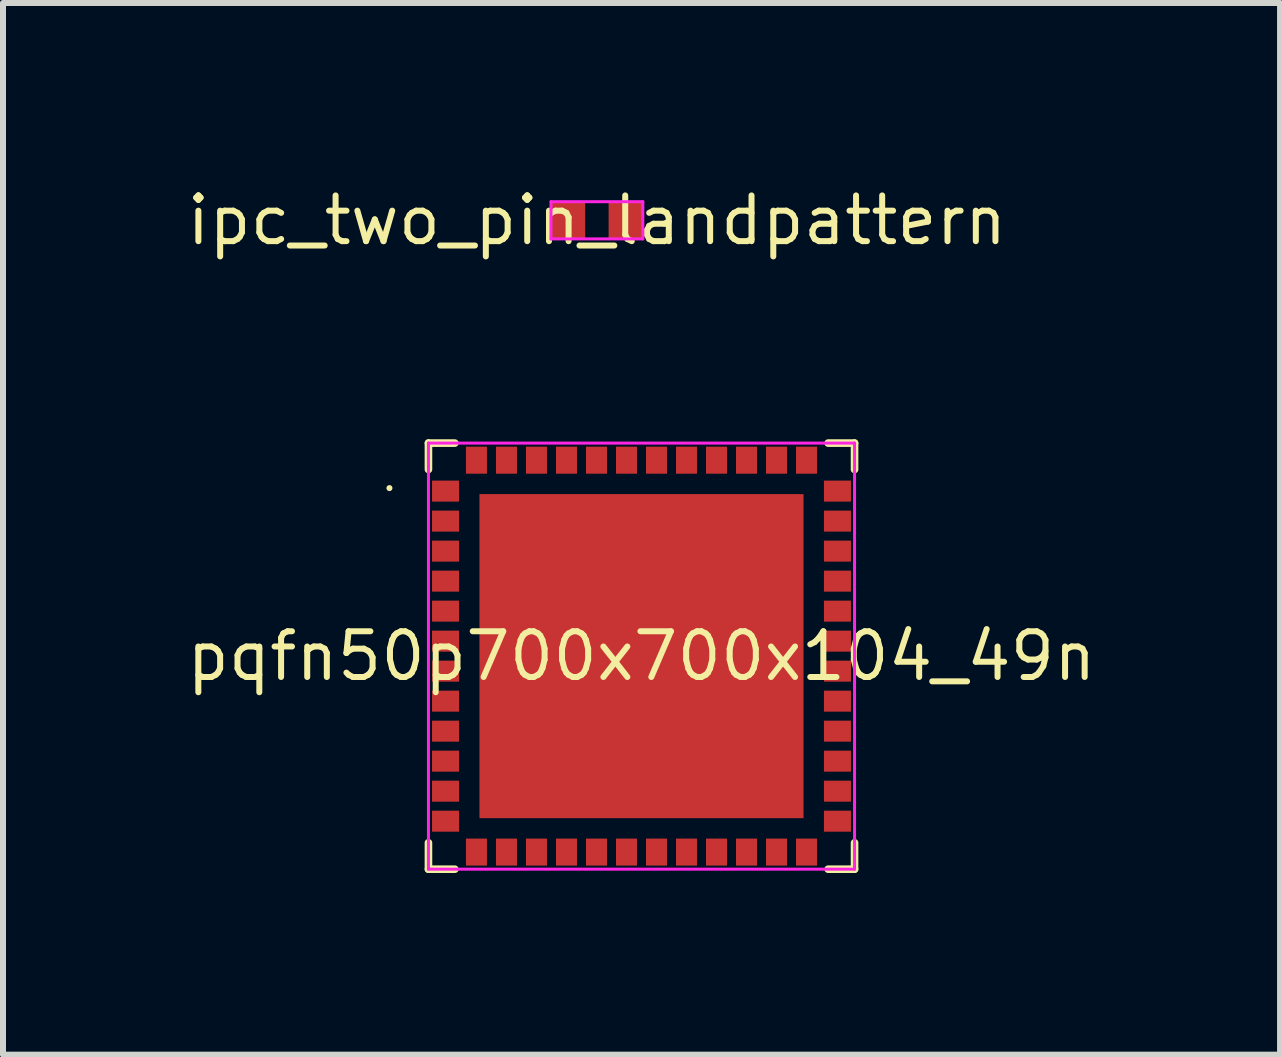
<source format=kicad_pcb>
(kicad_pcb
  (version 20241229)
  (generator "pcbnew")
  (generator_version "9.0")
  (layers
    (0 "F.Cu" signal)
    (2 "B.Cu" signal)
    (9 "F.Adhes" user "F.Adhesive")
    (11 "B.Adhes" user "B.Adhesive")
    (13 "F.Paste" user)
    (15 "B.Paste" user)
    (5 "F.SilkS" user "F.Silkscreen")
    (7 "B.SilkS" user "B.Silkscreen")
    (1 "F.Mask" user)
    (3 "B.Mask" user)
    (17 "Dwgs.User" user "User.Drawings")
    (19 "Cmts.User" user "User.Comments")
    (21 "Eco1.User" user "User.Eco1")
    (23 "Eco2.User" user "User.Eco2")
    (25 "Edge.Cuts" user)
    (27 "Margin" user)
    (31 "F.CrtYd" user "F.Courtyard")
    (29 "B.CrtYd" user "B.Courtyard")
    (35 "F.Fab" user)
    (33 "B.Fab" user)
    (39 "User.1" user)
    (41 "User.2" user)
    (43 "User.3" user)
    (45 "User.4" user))
  (footprint "pqfn50p700x700x104_49n"
    (layer "F.Cu")
    (at 7.639 7.883)
    (property "Reference" "pqfn50p700x700x104_49n" (at 0 0 0) (layer "F.SilkS") (effects (font (size 0.762 0.762) (thickness 0.1))))
    (attr through_hole)
    (fp_poly (pts (xy -3.64 -2.425) (xy -2.89 -2.425) (xy -2.89 -3.075) (xy -3.64 -3.075)) (stroke (width 0) (type solid)) (fill yes) (layer "F.Mask"))
    (fp_poly (pts (xy -3.64 -1.925) (xy -2.89 -1.925) (xy -2.89 -2.575) (xy -3.64 -2.575)) (stroke (width 0) (type solid)) (fill yes) (layer "F.Mask"))
    (fp_poly (pts (xy -3.64 -1.425) (xy -2.89 -1.425) (xy -2.89 -2.075) (xy -3.64 -2.075)) (stroke (width 0) (type solid)) (fill yes) (layer "F.Mask"))
    (fp_poly (pts (xy -3.64 -0.925) (xy -2.89 -0.925) (xy -2.89 -1.575) (xy -3.64 -1.575)) (stroke (width 0) (type solid)) (fill yes) (layer "F.Mask"))
    (fp_poly (pts (xy -3.64 -0.425) (xy -2.89 -0.425) (xy -2.89 -1.075) (xy -3.64 -1.075)) (stroke (width 0) (type solid)) (fill yes) (layer "F.Mask"))
    (fp_poly (pts (xy -3.64 0.075) (xy -2.89 0.075) (xy -2.89 -0.575) (xy -3.64 -0.575)) (stroke (width 0) (type solid)) (fill yes) (layer "F.Mask"))
    (fp_poly (pts (xy -3.64 0.575) (xy -2.89 0.575) (xy -2.89 -0.075) (xy -3.64 -0.075)) (stroke (width 0) (type solid)) (fill yes) (layer "F.Mask"))
    (fp_poly (pts (xy -3.64 1.075) (xy -2.89 1.075) (xy -2.89 0.425) (xy -3.64 0.425)) (stroke (width 0) (type solid)) (fill yes) (layer "F.Mask"))
    (fp_poly (pts (xy -3.64 1.575) (xy -2.89 1.575) (xy -2.89 0.925) (xy -3.64 0.925)) (stroke (width 0) (type solid)) (fill yes) (layer "F.Mask"))
    (fp_poly (pts (xy -3.64 2.075) (xy -2.89 2.075) (xy -2.89 1.425) (xy -3.64 1.425)) (stroke (width 0) (type solid)) (fill yes) (layer "F.Mask"))
    (fp_poly (pts (xy -3.64 2.575) (xy -2.89 2.575) (xy -2.89 1.925) (xy -3.64 1.925)) (stroke (width 0) (type solid)) (fill yes) (layer "F.Mask"))
    (fp_poly (pts (xy -3.64 3.075) (xy -2.89 3.075) (xy -2.89 2.425) (xy -3.64 2.425)) (stroke (width 0) (type solid)) (fill yes) (layer "F.Mask"))
    (fp_poly (pts (xy -3.075 -2.89) (xy -2.425 -2.89) (xy -2.425 -3.64) (xy -3.075 -3.64)) (stroke (width 0) (type solid)) (fill yes) (layer "F.Mask"))
    (fp_poly (pts (xy -3.075 3.64) (xy -2.425 3.64) (xy -2.425 2.89) (xy -3.075 2.89)) (stroke (width 0) (type solid)) (fill yes) (layer "F.Mask"))
    (fp_poly (pts (xy -2.85 2.85) (xy 2.85 2.85) (xy 2.85 -2.85) (xy -2.85 -2.85)) (stroke (width 0) (type solid)) (fill yes) (layer "F.Mask"))
    (fp_poly (pts (xy -2.575 -2.89) (xy -1.925 -2.89) (xy -1.925 -3.64) (xy -2.575 -3.64)) (stroke (width 0) (type solid)) (fill yes) (layer "F.Mask"))
    (fp_poly (pts (xy -2.575 3.64) (xy -1.925 3.64) (xy -1.925 2.89) (xy -2.575 2.89)) (stroke (width 0) (type solid)) (fill yes) (layer "F.Mask"))
    (fp_poly (pts (xy -2.075 -2.89) (xy -1.425 -2.89) (xy -1.425 -3.64) (xy -2.075 -3.64)) (stroke (width 0) (type solid)) (fill yes) (layer "F.Mask"))
    (fp_poly (pts (xy -2.075 3.64) (xy -1.425 3.64) (xy -1.425 2.89) (xy -2.075 2.89)) (stroke (width 0) (type solid)) (fill yes) (layer "F.Mask"))
    (fp_poly (pts (xy -1.575 -2.89) (xy -0.925 -2.89) (xy -0.925 -3.64) (xy -1.575 -3.64)) (stroke (width 0) (type solid)) (fill yes) (layer "F.Mask"))
    (fp_poly (pts (xy -1.575 3.64) (xy -0.925 3.64) (xy -0.925 2.89) (xy -1.575 2.89)) (stroke (width 0) (type solid)) (fill yes) (layer "F.Mask"))
    (fp_poly (pts (xy -1.075 -2.89) (xy -0.425 -2.89) (xy -0.425 -3.64) (xy -1.075 -3.64)) (stroke (width 0) (type solid)) (fill yes) (layer "F.Mask"))
    (fp_poly (pts (xy -1.075 3.64) (xy -0.425 3.64) (xy -0.425 2.89) (xy -1.075 2.89)) (stroke (width 0) (type solid)) (fill yes) (layer "F.Mask"))
    (fp_poly (pts (xy -0.575 -2.89) (xy 0.075 -2.89) (xy 0.075 -3.64) (xy -0.575 -3.64)) (stroke (width 0) (type solid)) (fill yes) (layer "F.Mask"))
    (fp_poly (pts (xy -0.575 3.64) (xy 0.075 3.64) (xy 0.075 2.89) (xy -0.575 2.89)) (stroke (width 0) (type solid)) (fill yes) (layer "F.Mask"))
    (fp_poly (pts (xy -0.075 -2.89) (xy 0.575 -2.89) (xy 0.575 -3.64) (xy -0.075 -3.64)) (stroke (width 0) (type solid)) (fill yes) (layer "F.Mask"))
    (fp_poly (pts (xy -0.075 3.64) (xy 0.575 3.64) (xy 0.575 2.89) (xy -0.075 2.89)) (stroke (width 0) (type solid)) (fill yes) (layer "F.Mask"))
    (fp_poly (pts (xy 0.425 -2.89) (xy 1.075 -2.89) (xy 1.075 -3.64) (xy 0.425 -3.64)) (stroke (width 0) (type solid)) (fill yes) (layer "F.Mask"))
    (fp_poly (pts (xy 0.425 3.64) (xy 1.075 3.64) (xy 1.075 2.89) (xy 0.425 2.89)) (stroke (width 0) (type solid)) (fill yes) (layer "F.Mask"))
    (fp_poly (pts (xy 0.925 -2.89) (xy 1.575 -2.89) (xy 1.575 -3.64) (xy 0.925 -3.64)) (stroke (width 0) (type solid)) (fill yes) (layer "F.Mask"))
    (fp_poly (pts (xy 0.925 3.64) (xy 1.575 3.64) (xy 1.575 2.89) (xy 0.925 2.89)) (stroke (width 0) (type solid)) (fill yes) (layer "F.Mask"))
    (fp_poly (pts (xy 1.425 -2.89) (xy 2.075 -2.89) (xy 2.075 -3.64) (xy 1.425 -3.64)) (stroke (width 0) (type solid)) (fill yes) (layer "F.Mask"))
    (fp_poly (pts (xy 1.425 3.64) (xy 2.075 3.64) (xy 2.075 2.89) (xy 1.425 2.89)) (stroke (width 0) (type solid)) (fill yes) (layer "F.Mask"))
    (fp_poly (pts (xy 1.925 -2.89) (xy 2.575 -2.89) (xy 2.575 -3.64) (xy 1.925 -3.64)) (stroke (width 0) (type solid)) (fill yes) (layer "F.Mask"))
    (fp_poly (pts (xy 1.925 3.64) (xy 2.575 3.64) (xy 2.575 2.89) (xy 1.925 2.89)) (stroke (width 0) (type solid)) (fill yes) (layer "F.Mask"))
    (fp_poly (pts (xy 2.425 -2.89) (xy 3.075 -2.89) (xy 3.075 -3.64) (xy 2.425 -3.64)) (stroke (width 0) (type solid)) (fill yes) (layer "F.Mask"))
    (fp_poly (pts (xy 2.425 3.64) (xy 3.075 3.64) (xy 3.075 2.89) (xy 2.425 2.89)) (stroke (width 0) (type solid)) (fill yes) (layer "F.Mask"))
    (fp_poly (pts (xy 2.89 -2.425) (xy 3.64 -2.425) (xy 3.64 -3.075) (xy 2.89 -3.075)) (stroke (width 0) (type solid)) (fill yes) (layer "F.Mask"))
    (fp_poly (pts (xy 2.89 -1.925) (xy 3.64 -1.925) (xy 3.64 -2.575) (xy 2.89 -2.575)) (stroke (width 0) (type solid)) (fill yes) (layer "F.Mask"))
    (fp_poly (pts (xy 2.89 -1.425) (xy 3.64 -1.425) (xy 3.64 -2.075) (xy 2.89 -2.075)) (stroke (width 0) (type solid)) (fill yes) (layer "F.Mask"))
    (fp_poly (pts (xy 2.89 -0.925) (xy 3.64 -0.925) (xy 3.64 -1.575) (xy 2.89 -1.575)) (stroke (width 0) (type solid)) (fill yes) (layer "F.Mask"))
    (fp_poly (pts (xy 2.89 -0.425) (xy 3.64 -0.425) (xy 3.64 -1.075) (xy 2.89 -1.075)) (stroke (width 0) (type solid)) (fill yes) (layer "F.Mask"))
    (fp_poly (pts (xy 2.89 0.075) (xy 3.64 0.075) (xy 3.64 -0.575) (xy 2.89 -0.575)) (stroke (width 0) (type solid)) (fill yes) (layer "F.Mask"))
    (fp_poly (pts (xy 2.89 0.575) (xy 3.64 0.575) (xy 3.64 -0.075) (xy 2.89 -0.075)) (stroke (width 0) (type solid)) (fill yes) (layer "F.Mask"))
    (fp_poly (pts (xy 2.89 1.075) (xy 3.64 1.075) (xy 3.64 0.425) (xy 2.89 0.425)) (stroke (width 0) (type solid)) (fill yes) (layer "F.Mask"))
    (fp_poly (pts (xy 2.89 1.575) (xy 3.64 1.575) (xy 3.64 0.925) (xy 2.89 0.925)) (stroke (width 0) (type solid)) (fill yes) (layer "F.Mask"))
    (fp_poly (pts (xy 2.89 2.075) (xy 3.64 2.075) (xy 3.64 1.425) (xy 2.89 1.425)) (stroke (width 0) (type solid)) (fill yes) (layer "F.Mask"))
    (fp_poly (pts (xy 2.89 2.575) (xy 3.64 2.575) (xy 3.64 1.925) (xy 2.89 1.925)) (stroke (width 0) (type solid)) (fill yes) (layer "F.Mask"))
    (fp_poly (pts (xy 2.89 3.075) (xy 3.64 3.075) (xy 3.64 2.425) (xy 2.89 2.425)) (stroke (width 0) (type solid)) (fill yes) (layer "F.Mask"))
    (fp_line (start -3.55 -3.55) (end -3.11 -3.55) (stroke (width 0.127) (type solid)) (layer "F.SilkS"))
    (fp_line (start -3.55 -3.11) (end -3.55 -3.55) (stroke (width 0.127) (type solid)) (layer "F.SilkS"))
    (fp_line (start -3.55 3.11) (end -3.55 3.55) (stroke (width 0.127) (type solid)) (layer "F.SilkS"))
    (fp_line (start -3.55 3.55) (end -3.11 3.55) (stroke (width 0.127) (type solid)) (layer "F.SilkS"))
    (fp_line (start 3.55 -3.55) (end 3.11 -3.55) (stroke (width 0.127) (type solid)) (layer "F.SilkS"))
    (fp_line (start 3.55 -3.11) (end 3.55 -3.55) (stroke (width 0.127) (type solid)) (layer "F.SilkS"))
    (fp_line (start 3.55 3.11) (end 3.55 3.55) (stroke (width 0.127) (type solid)) (layer "F.SilkS"))
    (fp_line (start 3.55 3.55) (end 3.11 3.55) (stroke (width 0.127) (type solid)) (layer "F.SilkS"))
    (fp_poly (pts (xy -4.15 -2.8) (xy -4.151 -2.81) (xy -4.154 -2.819) (xy -4.158 -2.828) (xy -4.165 -2.835) (xy -4.172 -2.842) (xy -4.181 -2.846) (xy -4.19 -2.849) (xy -4.2 -2.85) (xy -4.21 -2.849) (xy -4.219 -2.846) (xy -4.228 -2.842) (xy -4.235 -2.835) (xy -4.242 -2.828) (xy -4.246 -2.819) (xy -4.249 -2.81) (xy -4.25 -2.8) (xy -4.249 -2.79) (xy -4.246 -2.781) (xy -4.242 -2.772) (xy -4.235 -2.765) (xy -4.228 -2.758) (xy -4.219 -2.754) (xy -4.21 -2.751) (xy -4.2 -2.75) (xy -4.19 -2.751) (xy -4.181 -2.754) (xy -4.172 -2.758) (xy -4.165 -2.765) (xy -4.158 -2.772) (xy -4.154 -2.781) (xy -4.151 -2.79)) (stroke (width 0) (type solid)) (fill yes) (layer "F.SilkS"))
    (fp_line (start -3.55 -3.55) (end -3.55 3.55) (stroke (width 0.05) (type solid)) (layer "F.CrtYd"))
    (fp_line (start -3.55 3.55) (end 3.55 3.55) (stroke (width 0.05) (type solid)) (layer "F.CrtYd"))
    (fp_line (start 3.55 -3.55) (end -3.55 -3.55) (stroke (width 0.05) (type solid)) (layer "F.CrtYd"))
    (fp_line (start 3.55 3.55) (end 3.55 -3.55) (stroke (width 0.05) (type solid)) (layer "F.CrtYd"))
    (pad "1" smd rect (at -3.265 -2.75) (size 0.45 0.35) (layers "F.Cu" "F.Paste"))
    (pad "2" smd rect (at -3.265 -2.25) (size 0.45 0.35) (layers "F.Cu" "F.Paste"))
    (pad "3" smd rect (at -3.265 -1.75) (size 0.45 0.35) (layers "F.Cu" "F.Paste"))
    (pad "4" smd rect (at -3.265 -1.25) (size 0.45 0.35) (layers "F.Cu" "F.Paste"))
    (pad "5" smd rect (at -3.265 -0.75) (size 0.45 0.35) (layers "F.Cu" "F.Paste"))
    (pad "6" smd rect (at -3.265 -0.25) (size 0.45 0.35) (layers "F.Cu" "F.Paste"))
    (pad "7" smd rect (at -3.265 0.25) (size 0.45 0.35) (layers "F.Cu" "F.Paste"))
    (pad "8" smd rect (at -3.265 0.75) (size 0.45 0.35) (layers "F.Cu" "F.Paste"))
    (pad "9" smd rect (at -3.265 1.25) (size 0.45 0.35) (layers "F.Cu" "F.Paste"))
    (pad "10" smd rect (at -3.265 1.75) (size 0.45 0.35) (layers "F.Cu" "F.Paste"))
    (pad "11" smd rect (at -3.265 2.25) (size 0.45 0.35) (layers "F.Cu" "F.Paste"))
    (pad "12" smd rect (at -3.265 2.75) (size 0.45 0.35) (layers "F.Cu" "F.Paste"))
    (pad "13" smd rect (at -2.75 3.265) (size 0.35 0.45) (layers "F.Cu" "F.Paste"))
    (pad "14" smd rect (at -2.25 3.265) (size 0.35 0.45) (layers "F.Cu" "F.Paste"))
    (pad "15" smd rect (at -1.75 3.265) (size 0.35 0.45) (layers "F.Cu" "F.Paste"))
    (pad "16" smd rect (at -1.25 3.265) (size 0.35 0.45) (layers "F.Cu" "F.Paste"))
    (pad "17" smd rect (at -0.75 3.265) (size 0.35 0.45) (layers "F.Cu" "F.Paste"))
    (pad "18" smd rect (at -0.25 3.265) (size 0.35 0.45) (layers "F.Cu" "F.Paste"))
    (pad "19" smd rect (at 0.25 3.265) (size 0.35 0.45) (layers "F.Cu" "F.Paste"))
    (pad "20" smd rect (at 0.75 3.265) (size 0.35 0.45) (layers "F.Cu" "F.Paste"))
    (pad "21" smd rect (at 1.25 3.265) (size 0.35 0.45) (layers "F.Cu" "F.Paste"))
    (pad "22" smd rect (at 1.75 3.265) (size 0.35 0.45) (layers "F.Cu" "F.Paste"))
    (pad "23" smd rect (at 2.25 3.265) (size 0.35 0.45) (layers "F.Cu" "F.Paste"))
    (pad "24" smd rect (at 2.75 3.265) (size 0.35 0.45) (layers "F.Cu" "F.Paste"))
    (pad "25" smd rect (at 3.265 2.75) (size 0.45 0.35) (layers "F.Cu" "F.Paste"))
    (pad "26" smd rect (at 3.265 2.25) (size 0.45 0.35) (layers "F.Cu" "F.Paste"))
    (pad "27" smd rect (at 3.265 1.75) (size 0.45 0.35) (layers "F.Cu" "F.Paste"))
    (pad "28" smd rect (at 3.265 1.25) (size 0.45 0.35) (layers "F.Cu" "F.Paste"))
    (pad "29" smd rect (at 3.265 0.75) (size 0.45 0.35) (layers "F.Cu" "F.Paste"))
    (pad "30" smd rect (at 3.265 0.25) (size 0.45 0.35) (layers "F.Cu" "F.Paste"))
    (pad "31" smd rect (at 3.265 -0.25) (size 0.45 0.35) (layers "F.Cu" "F.Paste"))
    (pad "32" smd rect (at 3.265 -0.75) (size 0.45 0.35) (layers "F.Cu" "F.Paste"))
    (pad "33" smd rect (at 3.265 -1.25) (size 0.45 0.35) (layers "F.Cu" "F.Paste"))
    (pad "34" smd rect (at 3.265 -1.75) (size 0.45 0.35) (layers "F.Cu" "F.Paste"))
    (pad "35" smd rect (at 3.265 -2.25) (size 0.45 0.35) (layers "F.Cu" "F.Paste"))
    (pad "36" smd rect (at 3.265 -2.75) (size 0.45 0.35) (layers "F.Cu" "F.Paste"))
    (pad "37" smd rect (at 2.75 -3.265) (size 0.35 0.45) (layers "F.Cu" "F.Paste"))
    (pad "38" smd rect (at 2.25 -3.265) (size 0.35 0.45) (layers "F.Cu" "F.Paste"))
    (pad "39" smd rect (at 1.75 -3.265) (size 0.35 0.45) (layers "F.Cu" "F.Paste"))
    (pad "40" smd rect (at 1.25 -3.265) (size 0.35 0.45) (layers "F.Cu" "F.Paste"))
    (pad "41" smd rect (at 0.75 -3.265) (size 0.35 0.45) (layers "F.Cu" "F.Paste"))
    (pad "42" smd rect (at 0.25 -3.265) (size 0.35 0.45) (layers "F.Cu" "F.Paste"))
    (pad "43" smd rect (at -0.25 -3.265) (size 0.35 0.45) (layers "F.Cu" "F.Paste"))
    (pad "44" smd rect (at -0.75 -3.265) (size 0.35 0.45) (layers "F.Cu" "F.Paste"))
    (pad "45" smd rect (at -1.25 -3.265) (size 0.35 0.45) (layers "F.Cu" "F.Paste"))
    (pad "46" smd rect (at -1.75 -3.265) (size 0.35 0.45) (layers "F.Cu" "F.Paste"))
    (pad "47" smd rect (at -2.25 -3.265) (size 0.35 0.45) (layers "F.Cu" "F.Paste"))
    (pad "48" smd rect (at -2.75 -3.265) (size 0.35 0.45) (layers "F.Cu" "F.Paste"))
    (pad "49" smd rect (at 0 0) (size 5.4 5.4) (layers "F.Cu" "F.Paste")))
  (footprint "ipc_two_pin_landpattern"
    (layer "F.Cu")
    (at 6.896 0.621)
    (property "Reference" "ipc_two_pin_landpattern" (at 0 0 0) (layer "F.SilkS") (effects (font (size 0.762 0.762) (thickness 0.1))))
    (attr through_hole)
    (fp_poly (pts (xy -0.915 0.46) (xy -0.045 0.46) (xy -0.045 -0.46) (xy -0.915 -0.46)) (stroke (width 0) (type solid)) (fill yes) (layer "F.Mask"))
    (fp_poly (pts (xy 0.045 0.46) (xy 0.915 0.46) (xy 0.915 -0.46) (xy 0.045 -0.46)) (stroke (width 0) (type solid)) (fill yes) (layer "F.Mask"))
    (fp_line (start -0.765 -0.31) (end -0.765 0.31) (stroke (width 0.05) (type solid)) (layer "F.CrtYd"))
    (fp_line (start -0.765 0.31) (end 0.765 0.31) (stroke (width 0.05) (type solid)) (layer "F.CrtYd"))
    (fp_line (start 0.765 -0.31) (end -0.765 -0.31) (stroke (width 0.05) (type solid)) (layer "F.CrtYd"))
    (fp_line (start 0.765 0.31) (end 0.765 -0.31) (stroke (width 0.05) (type solid)) (layer "F.CrtYd"))
    (pad "1" smd rect (at -0.48 0) (size 0.57 0.62) (layers "F.Cu" "F.Paste"))
    (pad "2" smd rect (at 0.48 0) (size 0.57 0.62) (layers "F.Cu" "F.Paste")))
  (gr_rect
    (start -3 -3)
    (end 18.279 14.523)
    (stroke (width 0.1) (type default))
    (fill no)
    (layer "Edge.Cuts")))
</source>
